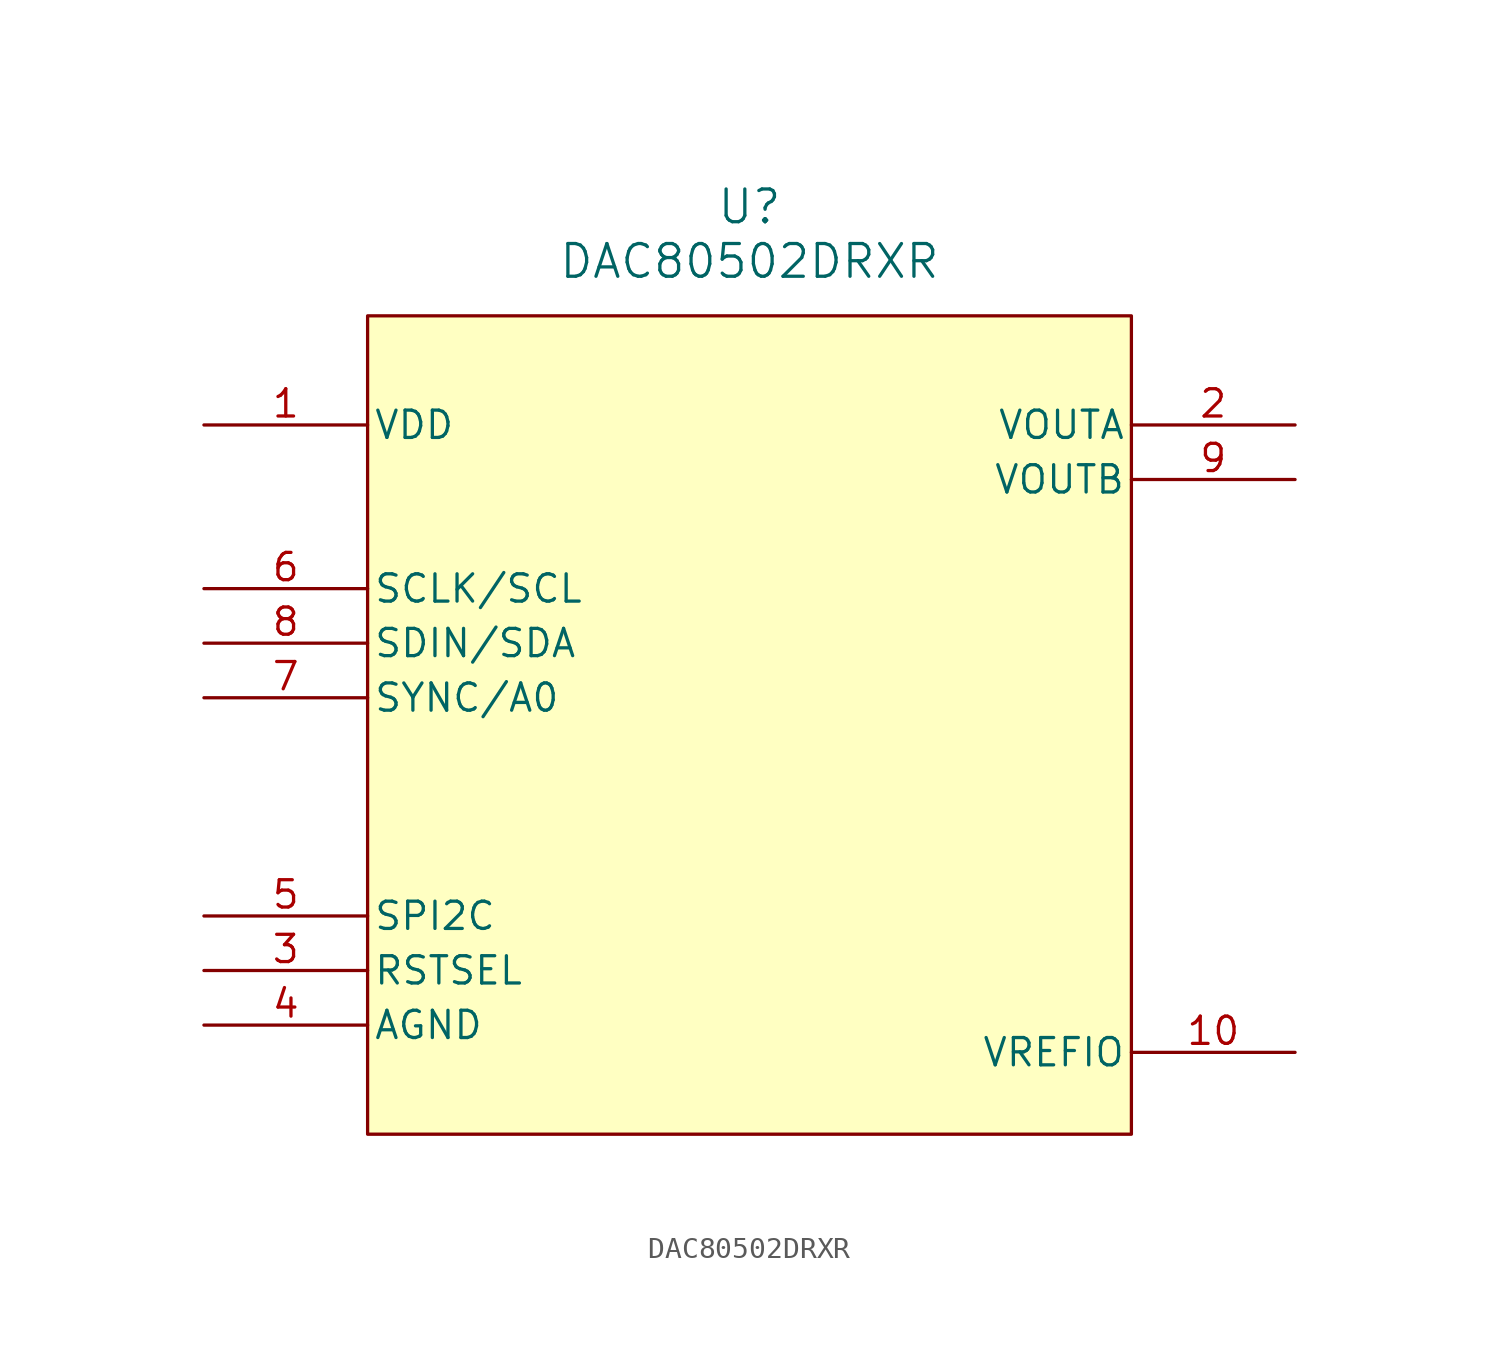
<source format=kicad_sym>
(kicad_symbol_lib
  (version 20220914)
  (generator kicad_symbol_editor)
  (symbol "DAC80502DRXR"
    (pin_names
      (offset 0.254))
    (property "Reference" "U"
      (at 25.4 12.7 0)
      (effects (font (size 1.524 1.524))))
    (property "Value" "DAC80502DRXR"
      (at 25.4 10.16 0)
      (effects (font (size 1.524 1.524))))
    (property "ki_locked" ""
      (at 0 0 0)
      (effects (font (size 1.27 1.27))))
    (symbol "DAC80502DRXR_0_1"
      (pin power_in line (at 0 2.54 0) (length 7.62) (name "VDD" (effects (font (size 1.27 1.27)))) (number "1" (effects (font (size 1.27 1.27)))))
      (pin power_in line (at 50.8 -26.67 180) (length 7.62) (name "VREFIO" (effects (font (size 1.27 1.27)))) (number "10" (effects (font (size 1.27 1.27)))))
      (pin output line (at 50.8 2.54 180) (length 7.62) (name "VOUTA" (effects (font (size 1.27 1.27)))) (number "2" (effects (font (size 1.27 1.27)))))
      (pin unspecified line (at 0 -22.86 0) (length 7.62) (name "RSTSEL" (effects (font (size 1.27 1.27)))) (number "3" (effects (font (size 1.27 1.27)))))
      (pin power_out line (at 0 -25.4 0) (length 7.62) (name "AGND" (effects (font (size 1.27 1.27)))) (number "4" (effects (font (size 1.27 1.27)))))
      (pin unspecified line (at 0 -20.32 0) (length 7.62) (name "SPI2C" (effects (font (size 1.27 1.27)))) (number "5" (effects (font (size 1.27 1.27)))))
      (pin unspecified line (at 0 -5.08 0) (length 7.62) (name "SCLK/SCL" (effects (font (size 1.27 1.27)))) (number "6" (effects (font (size 1.27 1.27)))))
      (pin unspecified line (at 0 -10.16 0) (length 7.62) (name "SYNC/A0" (effects (font (size 1.27 1.27)))) (number "7" (effects (font (size 1.27 1.27)))))
      (pin unspecified line (at 0 -7.62 0) (length 7.62) (name "SDIN/SDA" (effects (font (size 1.27 1.27)))) (number "8" (effects (font (size 1.27 1.27)))))
      (pin output line (at 50.8 0 180) (length 7.62) (name "VOUTB" (effects (font (size 1.27 1.27)))) (number "9" (effects (font (size 1.27 1.27))))))
    (symbol "DAC80502DRXR_1_1"
      (rectangle (start 7.62 7.62) (end 43.18 -30.48) (stroke (width 0) (type default)) (fill (type background))))))
</source>
